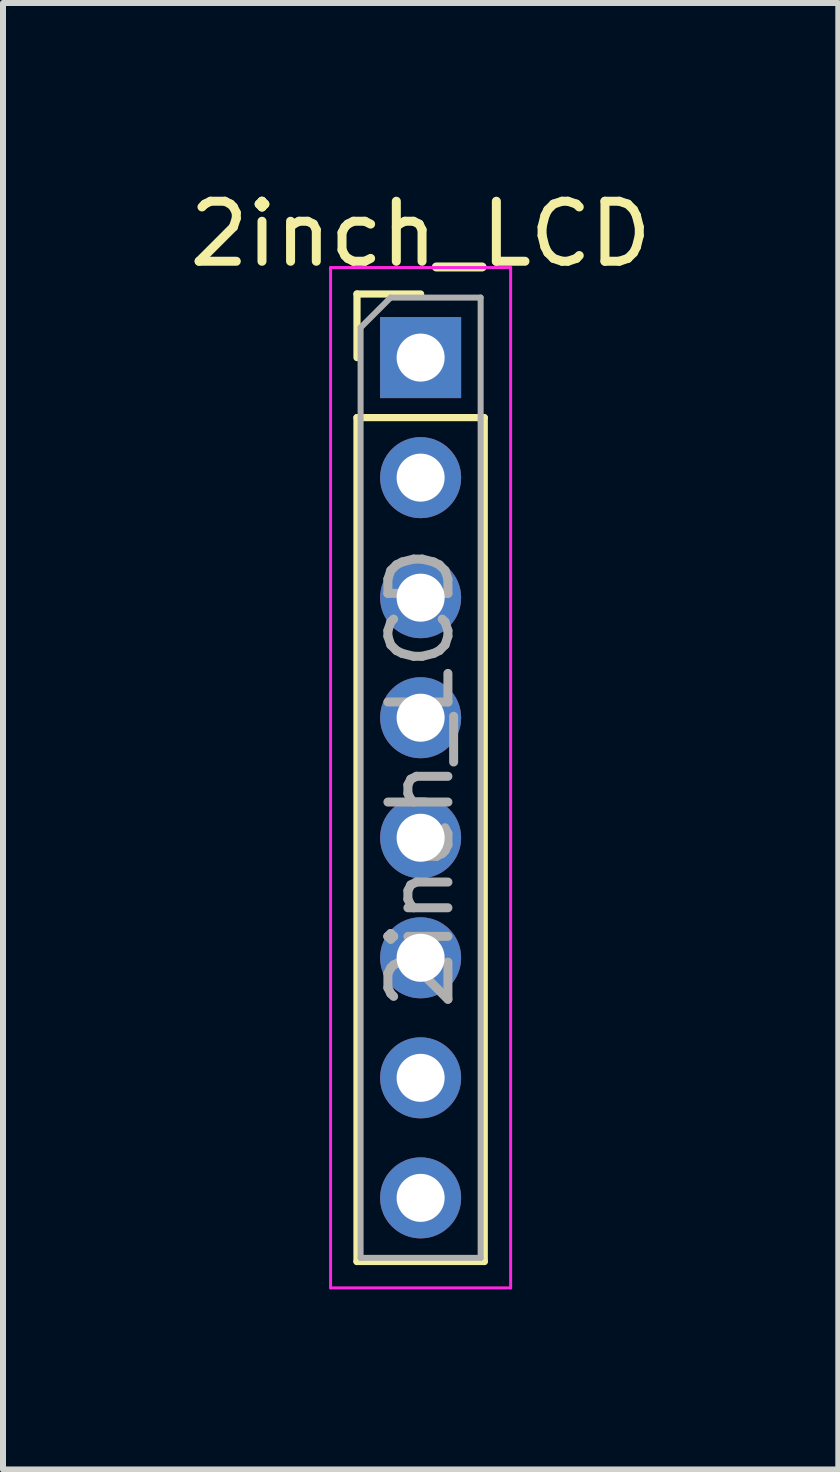
<source format=kicad_pcb>
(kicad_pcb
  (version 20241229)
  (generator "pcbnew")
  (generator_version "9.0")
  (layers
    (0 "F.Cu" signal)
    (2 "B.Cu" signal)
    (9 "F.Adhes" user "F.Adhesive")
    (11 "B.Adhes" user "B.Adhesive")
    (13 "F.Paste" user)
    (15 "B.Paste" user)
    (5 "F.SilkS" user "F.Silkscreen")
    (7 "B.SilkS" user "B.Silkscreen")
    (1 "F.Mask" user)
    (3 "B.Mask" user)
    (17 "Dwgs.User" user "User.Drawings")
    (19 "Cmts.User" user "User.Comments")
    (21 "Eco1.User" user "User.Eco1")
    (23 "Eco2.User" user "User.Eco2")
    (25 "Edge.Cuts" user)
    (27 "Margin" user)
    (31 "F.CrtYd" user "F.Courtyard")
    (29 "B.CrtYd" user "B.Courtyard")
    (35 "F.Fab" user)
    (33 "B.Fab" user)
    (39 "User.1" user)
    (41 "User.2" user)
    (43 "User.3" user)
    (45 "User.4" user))
  (footprint "2inch_LCD"
    (layer "F.Cu")
    (at 3.958 2.908)
    (property "Reference" "2inch_LCD" (at 0 -2.06 0) (layer "F.SilkS") (effects (font (size 1 1) (thickness 0.15))))
    (attr through_hole)
    (fp_line (start -1.06 -1.06) (end 0 -1.06) (stroke (width 0.12) (type solid)) (layer "F.SilkS"))
    (fp_line (start -1.06 0) (end -1.06 -1.06) (stroke (width 0.12) (type solid)) (layer "F.SilkS"))
    (fp_line (start -1.06 1) (end -1.06 15.06) (stroke (width 0.12) (type solid)) (layer "F.SilkS"))
    (fp_line (start -1.06 1) (end 1.06 1) (stroke (width 0.12) (type solid)) (layer "F.SilkS"))
    (fp_line (start -1.06 15.06) (end 1.06 15.06) (stroke (width 0.12) (type solid)) (layer "F.SilkS"))
    (fp_line (start 1.06 1) (end 1.06 15.06) (stroke (width 0.12) (type solid)) (layer "F.SilkS"))
    (fp_line (start -1.5 -1.5) (end -1.5 15.5) (stroke (width 0.05) (type solid)) (layer "F.CrtYd"))
    (fp_line (start -1.5 15.5) (end 1.5 15.5) (stroke (width 0.05) (type solid)) (layer "F.CrtYd"))
    (fp_line (start 1.5 -1.5) (end -1.5 -1.5) (stroke (width 0.05) (type solid)) (layer "F.CrtYd"))
    (fp_line (start 1.5 15.5) (end 1.5 -1.5) (stroke (width 0.05) (type solid)) (layer "F.CrtYd"))
    (fp_line (start -1 -0.5) (end -0.5 -1) (stroke (width 0.1) (type solid)) (layer "F.Fab"))
    (fp_line (start -1 15) (end -1 -0.5) (stroke (width 0.1) (type solid)) (layer "F.Fab"))
    (fp_line (start -0.5 -1) (end 1 -1) (stroke (width 0.1) (type solid)) (layer "F.Fab"))
    (fp_line (start 1 -1) (end 1 15) (stroke (width 0.1) (type solid)) (layer "F.Fab"))
    (fp_line (start 1 15) (end -1 15) (stroke (width 0.1) (type solid)) (layer "F.Fab"))
    (fp_text user "${REFERENCE}" (at 0 7 90) (layer "F.Fab") (effects (font (size 1 1) (thickness 0.15))))
    (pad "1" thru_hole rect (at 0 0) (size 1.35 1.35) (drill 0.8) (layers "*.Cu" "*.Mask"))
    (pad "2" thru_hole oval (at 0 2) (size 1.35 1.35) (drill 0.8) (layers "*.Cu" "*.Mask"))
    (pad "3" thru_hole oval (at 0 4) (size 1.35 1.35) (drill 0.8) (layers "*.Cu" "*.Mask"))
    (pad "4" thru_hole oval (at 0 6) (size 1.35 1.35) (drill 0.8) (layers "*.Cu" "*.Mask"))
    (pad "5" thru_hole oval (at 0 8) (size 1.35 1.35) (drill 0.8) (layers "*.Cu" "*.Mask"))
    (pad "6" thru_hole oval (at 0 10) (size 1.35 1.35) (drill 0.8) (layers "*.Cu" "*.Mask"))
    (pad "7" thru_hole oval (at 0 12) (size 1.35 1.35) (drill 0.8) (layers "*.Cu" "*.Mask"))
    (pad "8" thru_hole oval (at 0 14) (size 1.35 1.35) (drill 0.8) (layers "*.Cu" "*.Mask")))
  (gr_rect
    (start -3 -3)
    (end 10.917 21.433)
    (stroke (width 0.1) (type default))
    (fill no)
    (layer "Edge.Cuts")))
</source>
